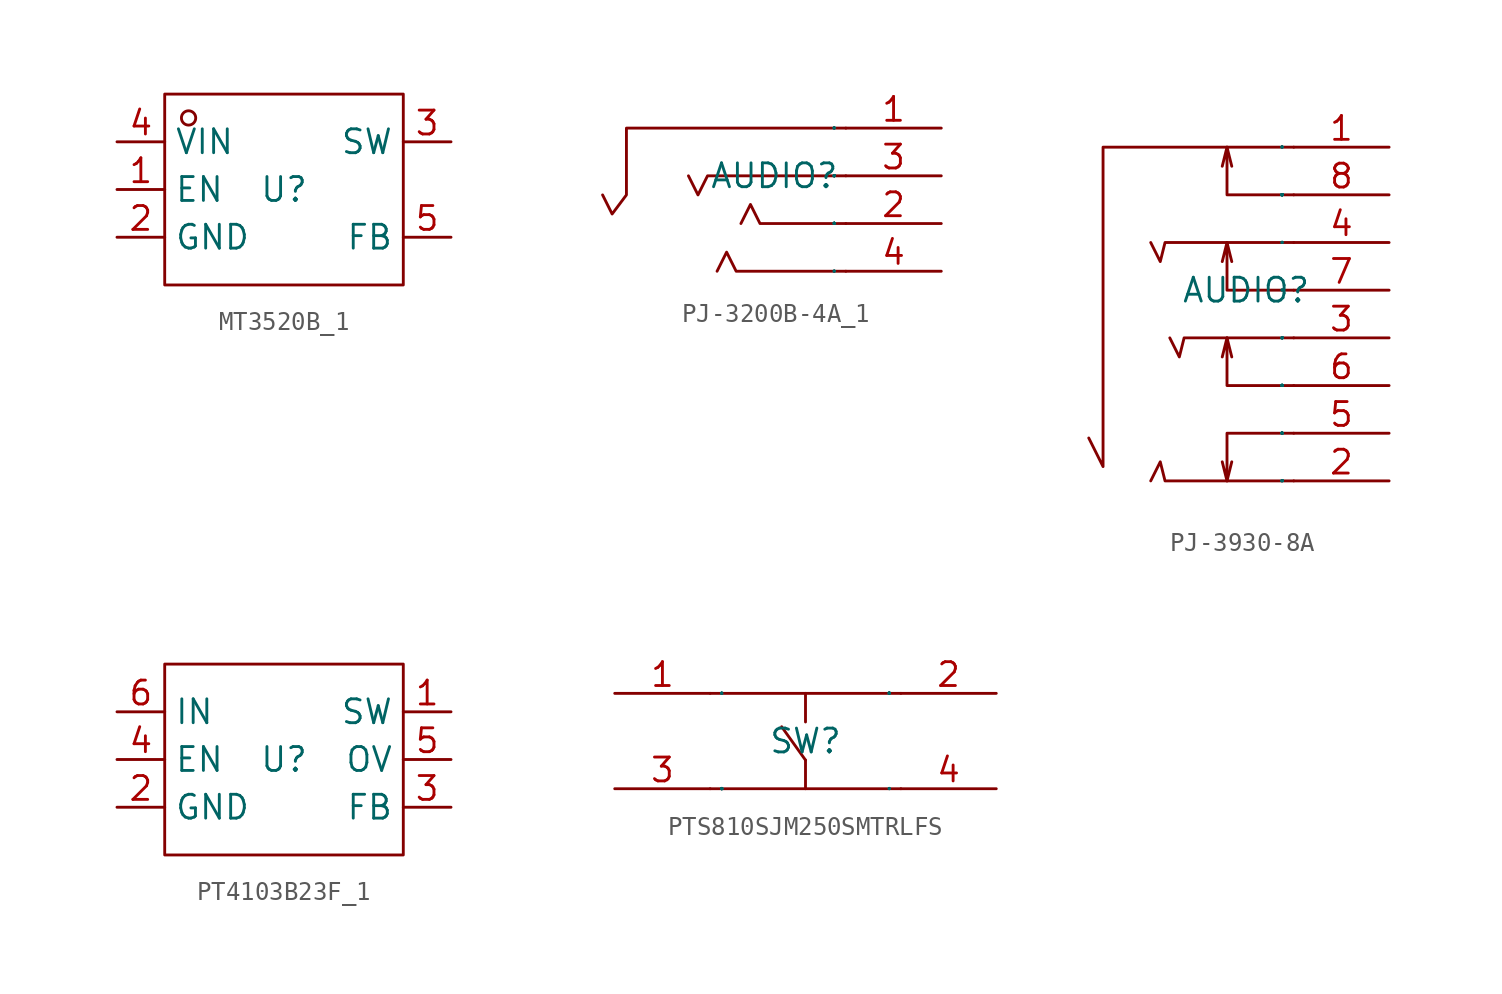
<source format=kicad_sym>
(kicad_symbol_lib
  (version 20231120)
  (generator "kicad_symbol_editor")
  (generator_version "8.0")
  (symbol "MT3520B_1"
    (property "Reference" "U"
      (at 0 0 0)
      (effects (font (size 1.27 1.27))))
    (property "Value" ""
      (at 0 0 0)
      (effects (font (size 1.27 1.27))))
    (symbol "MT3520B_1_1_0"
      (rectangle (start -6.35 -5.08) (end 6.35 5.08) (stroke (width 0) (type default)) (fill (type none)))
      (circle (center -5.08 3.81) (radius 0.381) (stroke (width 0) (type default)) (fill (type none)))
      (pin unspecified line (at -8.89 0 0) (length 2.54) (name "EN" (effects (font (size 1.27 1.27)))) (number "1" (effects (font (size 1.27 1.27)))))
      (pin unspecified line (at -8.89 -2.54 0) (length 2.54) (name "GND" (effects (font (size 1.27 1.27)))) (number "2" (effects (font (size 1.27 1.27)))))
      (pin unspecified line (at 8.89 2.54 180) (length 2.54) (name "SW" (effects (font (size 1.27 1.27)))) (number "3" (effects (font (size 1.27 1.27)))))
      (pin unspecified line (at -8.89 2.54 0) (length 2.54) (name "VIN" (effects (font (size 1.27 1.27)))) (number "4" (effects (font (size 1.27 1.27)))))
      (pin unspecified line (at 8.89 -2.54 180) (length 2.54) (name "FB" (effects (font (size 1.27 1.27)))) (number "5" (effects (font (size 1.27 1.27)))))))
  (symbol "PJ-3200B-4A_1"
    (property "Reference" "AUDIO"
      (at 0 0 0)
      (effects (font (size 1.27 1.27))))
    (property "Value" ""
      (at 0 0 0)
      (effects (font (size 1.27 1.27))))
    (symbol "PJ-3200B-4A_1_1_0"
      (polyline (pts (xy 3.81 -5.08) (xy -2.032 -5.08) (xy -2.032 -5.08) (xy -2.54 -4.064) (xy -2.54 -4.064) (xy -3.048 -5.08)) (stroke (width 0) (type default)) (fill (type none)))
      (polyline (pts (xy 3.81 -2.54) (xy -0.762 -2.54) (xy -0.762 -2.54) (xy -1.27 -1.524) (xy -1.27 -1.524) (xy -1.778 -2.54)) (stroke (width 0) (type default)) (fill (type none)))
      (polyline (pts (xy 3.81 0) (xy -3.556 0) (xy -3.556 0) (xy -4.064 -1.016) (xy -4.064 -1.016) (xy -4.572 0)) (stroke (width 0) (type default)) (fill (type none)))
      (polyline (pts (xy 3.81 2.54) (xy -7.874 2.54) (xy -7.874 2.54) (xy -7.874 -1.016) (xy -7.874 -1.016) (xy -8.636 -2.032) (xy -8.636 -2.032) (xy -9.144 -1.016)) (stroke (width 0) (type default)) (fill (type none)))
      (pin input line (at 8.89 2.54 180) (length 5.08) (name "1" (effects (font (size 0.025 0.025)))) (number "1" (effects (font (size 1.27 1.27)))))
      (pin input line (at 8.89 -2.54 180) (length 5.08) (name "2" (effects (font (size 0.025 0.025)))) (number "2" (effects (font (size 1.27 1.27)))))
      (pin input line (at 8.89 0 180) (length 5.08) (name "3" (effects (font (size 0.025 0.025)))) (number "3" (effects (font (size 1.27 1.27)))))
      (pin input line (at 8.89 -5.08 180) (length 5.08) (name "4" (effects (font (size 0.025 0.025)))) (number "4" (effects (font (size 1.27 1.27)))))))
  (symbol "PJ-3930-8A"
    (property "Reference" "AUDIO"
      (at 0 0 0)
      (effects (font (size 1.27 1.27))))
    (property "Value" ""
      (at 0 0 0)
      (effects (font (size 1.27 1.27))))
    (symbol "PJ-3930-8A_1_0"
      (polyline (pts (xy -1.016 -10.16) (xy -0.762 -9.144)) (stroke (width 0) (type default)) (fill (type none)))
      (polyline (pts (xy -1.016 -2.54) (xy -0.762 -3.556)) (stroke (width 0) (type default)) (fill (type none)))
      (polyline (pts (xy -1.016 2.54) (xy -0.762 1.524)) (stroke (width 0) (type default)) (fill (type none)))
      (polyline (pts (xy -1.016 7.62) (xy -0.762 6.604)) (stroke (width 0) (type default)) (fill (type none)))
      (polyline (pts (xy 2.54 -10.16) (xy -4.318 -10.16) (xy -4.318 -10.16) (xy -4.572 -9.144) (xy -4.572 -9.144) (xy -5.08 -10.16)) (stroke (width 0) (type default)) (fill (type none)))
      (polyline (pts (xy 2.54 -7.62) (xy -1.016 -7.62) (xy -1.016 -7.62) (xy -1.016 -10.16) (xy -1.016 -10.16) (xy -1.27 -9.144)) (stroke (width 0) (type default)) (fill (type none)))
      (polyline (pts (xy 2.54 -5.08) (xy -1.016 -5.08) (xy -1.016 -5.08) (xy -1.016 -2.54) (xy -1.016 -2.54) (xy -1.27 -3.556)) (stroke (width 0) (type default)) (fill (type none)))
      (polyline (pts (xy 2.54 -2.54) (xy -3.302 -2.54) (xy -3.302 -2.54) (xy -3.556 -3.556) (xy -3.556 -3.556) (xy -4.064 -2.54)) (stroke (width 0) (type default)) (fill (type none)))
      (polyline (pts (xy 2.54 0) (xy -1.016 0) (xy -1.016 0) (xy -1.016 2.54) (xy -1.016 2.54) (xy -1.27 1.524)) (stroke (width 0) (type default)) (fill (type none)))
      (polyline (pts (xy 2.54 2.54) (xy -4.318 2.54) (xy -4.318 2.54) (xy -4.572 1.524) (xy -4.572 1.524) (xy -5.08 2.54)) (stroke (width 0) (type default)) (fill (type none)))
      (polyline (pts (xy 2.54 5.08) (xy -1.016 5.08) (xy -1.016 5.08) (xy -1.016 7.62) (xy -1.016 7.62) (xy -1.27 6.604)) (stroke (width 0) (type default)) (fill (type none)))
      (polyline (pts (xy 2.54 7.62) (xy -7.62 7.62) (xy -7.62 7.62) (xy -7.62 -9.398) (xy -7.62 -9.398) (xy -8.382 -7.874)) (stroke (width 0) (type default)) (fill (type none)))
      (pin input line (at 7.62 7.62 180) (length 5.08) (name "1" (effects (font (size 0.025 0.025)))) (number "1" (effects (font (size 1.27 1.27)))))
      (pin input line (at 7.62 -10.16 180) (length 5.08) (name "2" (effects (font (size 0.025 0.025)))) (number "2" (effects (font (size 1.27 1.27)))))
      (pin input line (at 7.62 -2.54 180) (length 5.08) (name "3" (effects (font (size 0.025 0.025)))) (number "3" (effects (font (size 1.27 1.27)))))
      (pin input line (at 7.62 2.54 180) (length 5.08) (name "4" (effects (font (size 0.025 0.025)))) (number "4" (effects (font (size 1.27 1.27)))))
      (pin input line (at 7.62 -7.62 180) (length 5.08) (name "5" (effects (font (size 0.025 0.025)))) (number "5" (effects (font (size 1.27 1.27)))))
      (pin input line (at 7.62 -5.08 180) (length 5.08) (name "6" (effects (font (size 0.025 0.025)))) (number "6" (effects (font (size 1.27 1.27)))))
      (pin input line (at 7.62 0 180) (length 5.08) (name "7" (effects (font (size 0.025 0.025)))) (number "7" (effects (font (size 1.27 1.27)))))
      (pin input line (at 7.62 5.08 180) (length 5.08) (name "8" (effects (font (size 0.025 0.025)))) (number "8" (effects (font (size 1.27 1.27)))))))
  (symbol "PT4103B23F_1"
    (property "Reference" "U"
      (at 0 0 0)
      (effects (font (size 1.27 1.27))))
    (property "Value" ""
      (at 0 0 0)
      (effects (font (size 1.27 1.27))))
    (symbol "PT4103B23F_1_1_0"
      (rectangle (start -6.35 5.08) (end 6.35 -5.08) (stroke (width 0) (type default)) (fill (type none)))
      (pin input line (at 8.89 2.54 180) (length 2.54) (name "SW" (effects (font (size 1.27 1.27)))) (number "1" (effects (font (size 1.27 1.27)))))
      (pin input line (at -8.89 -2.54 0) (length 2.54) (name "GND" (effects (font (size 1.27 1.27)))) (number "2" (effects (font (size 1.27 1.27)))))
      (pin input line (at 8.89 -2.54 180) (length 2.54) (name "FB" (effects (font (size 1.27 1.27)))) (number "3" (effects (font (size 1.27 1.27)))))
      (pin input line (at -8.89 0 0) (length 2.54) (name "EN" (effects (font (size 1.27 1.27)))) (number "4" (effects (font (size 1.27 1.27)))))
      (pin input line (at 8.89 0 180) (length 2.54) (name "OV" (effects (font (size 1.27 1.27)))) (number "5" (effects (font (size 1.27 1.27)))))
      (pin input line (at -8.89 2.54 0) (length 2.54) (name "IN" (effects (font (size 1.27 1.27)))) (number "6" (effects (font (size 1.27 1.27)))))))
  (symbol "PTS810SJM250SMTRLFS"
    (property "Reference" "SW"
      (at 0 0 0)
      (effects (font (size 1.27 1.27))))
    (property "Value" ""
      (at 0 0 0)
      (effects (font (size 1.27 1.27))))
    (symbol "PTS810SJM250SMTRLFS_1_0"
      (polyline (pts (xy -5.08 -2.54) (xy 5.08 -2.54)) (stroke (width 0) (type default)) (fill (type none)))
      (polyline (pts (xy -5.08 2.54) (xy 5.08 2.54)) (stroke (width 0) (type default)) (fill (type none)))
      (polyline (pts (xy 0 -2.54) (xy 0 -1.016)) (stroke (width 0) (type default)) (fill (type none)))
      (polyline (pts (xy 0 -1.016) (xy -1.27 0.762)) (stroke (width 0) (type default)) (fill (type none)))
      (polyline (pts (xy 0 2.54) (xy 0 1.016)) (stroke (width 0) (type default)) (fill (type none)))
      (pin input line (at -10.16 2.54 0) (length 5.08) (name "1" (effects (font (size 0.025 0.025)))) (number "1" (effects (font (size 1.27 1.27)))))
      (pin input line (at 10.16 2.54 180) (length 5.08) (name "2" (effects (font (size 0.025 0.025)))) (number "2" (effects (font (size 1.27 1.27)))))
      (pin input line (at -10.16 -2.54 0) (length 5.08) (name "3" (effects (font (size 0.025 0.025)))) (number "3" (effects (font (size 1.27 1.27)))))
      (pin input line (at 10.16 -2.54 180) (length 5.08) (name "4" (effects (font (size 0.025 0.025)))) (number "4" (effects (font (size 1.27 1.27))))))))
</source>
